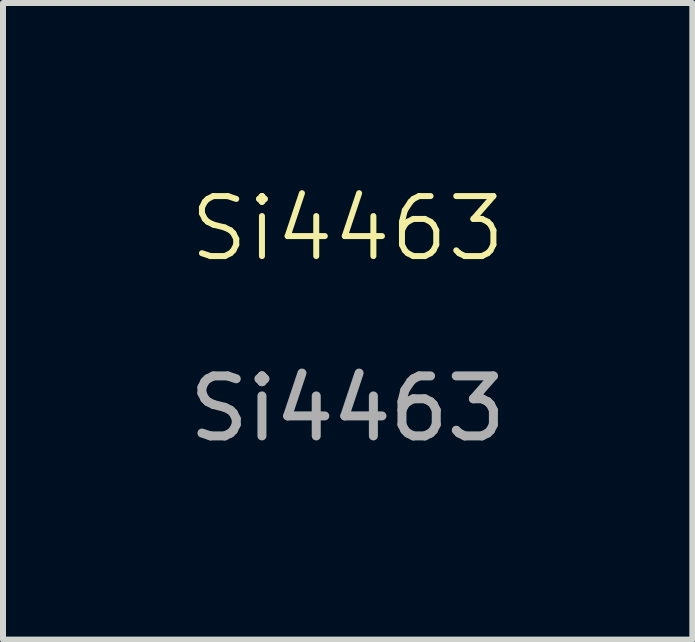
<source format=kicad_pcb>
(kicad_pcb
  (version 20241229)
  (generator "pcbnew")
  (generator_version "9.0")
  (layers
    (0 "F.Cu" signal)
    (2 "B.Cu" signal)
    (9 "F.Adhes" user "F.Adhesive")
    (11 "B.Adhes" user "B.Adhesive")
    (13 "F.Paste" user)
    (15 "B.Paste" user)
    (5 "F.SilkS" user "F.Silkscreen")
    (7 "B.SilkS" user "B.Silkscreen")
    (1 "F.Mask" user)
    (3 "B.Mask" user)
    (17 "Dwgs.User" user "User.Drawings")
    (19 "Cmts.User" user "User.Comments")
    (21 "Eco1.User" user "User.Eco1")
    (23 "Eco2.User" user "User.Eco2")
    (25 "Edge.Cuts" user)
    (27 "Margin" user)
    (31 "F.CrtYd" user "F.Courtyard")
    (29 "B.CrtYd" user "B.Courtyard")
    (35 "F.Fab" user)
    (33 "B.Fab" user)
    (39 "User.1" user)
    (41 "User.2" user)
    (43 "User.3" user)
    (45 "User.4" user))
  (footprint "Si4463"
    (layer "F.Cu")
    (at 2.744 1.26)
    (property "Reference" "Si4463" (at 0 -0.5 0) (unlocked yes) (layer "F.SilkS") (effects (font (size 1 1) (thickness 0.1))))
    (attr smd)
    (fp_text user "${REFERENCE}" (at 0 2.5 0) (unlocked yes) (layer "F.Fab") (effects (font (size 1 1) (thickness 0.15)))))
  (gr_rect
    (start -3 -3)
    (end 8.488 7.609)
    (stroke (width 0.1) (type default))
    (fill no)
    (layer "Edge.Cuts")))
</source>
